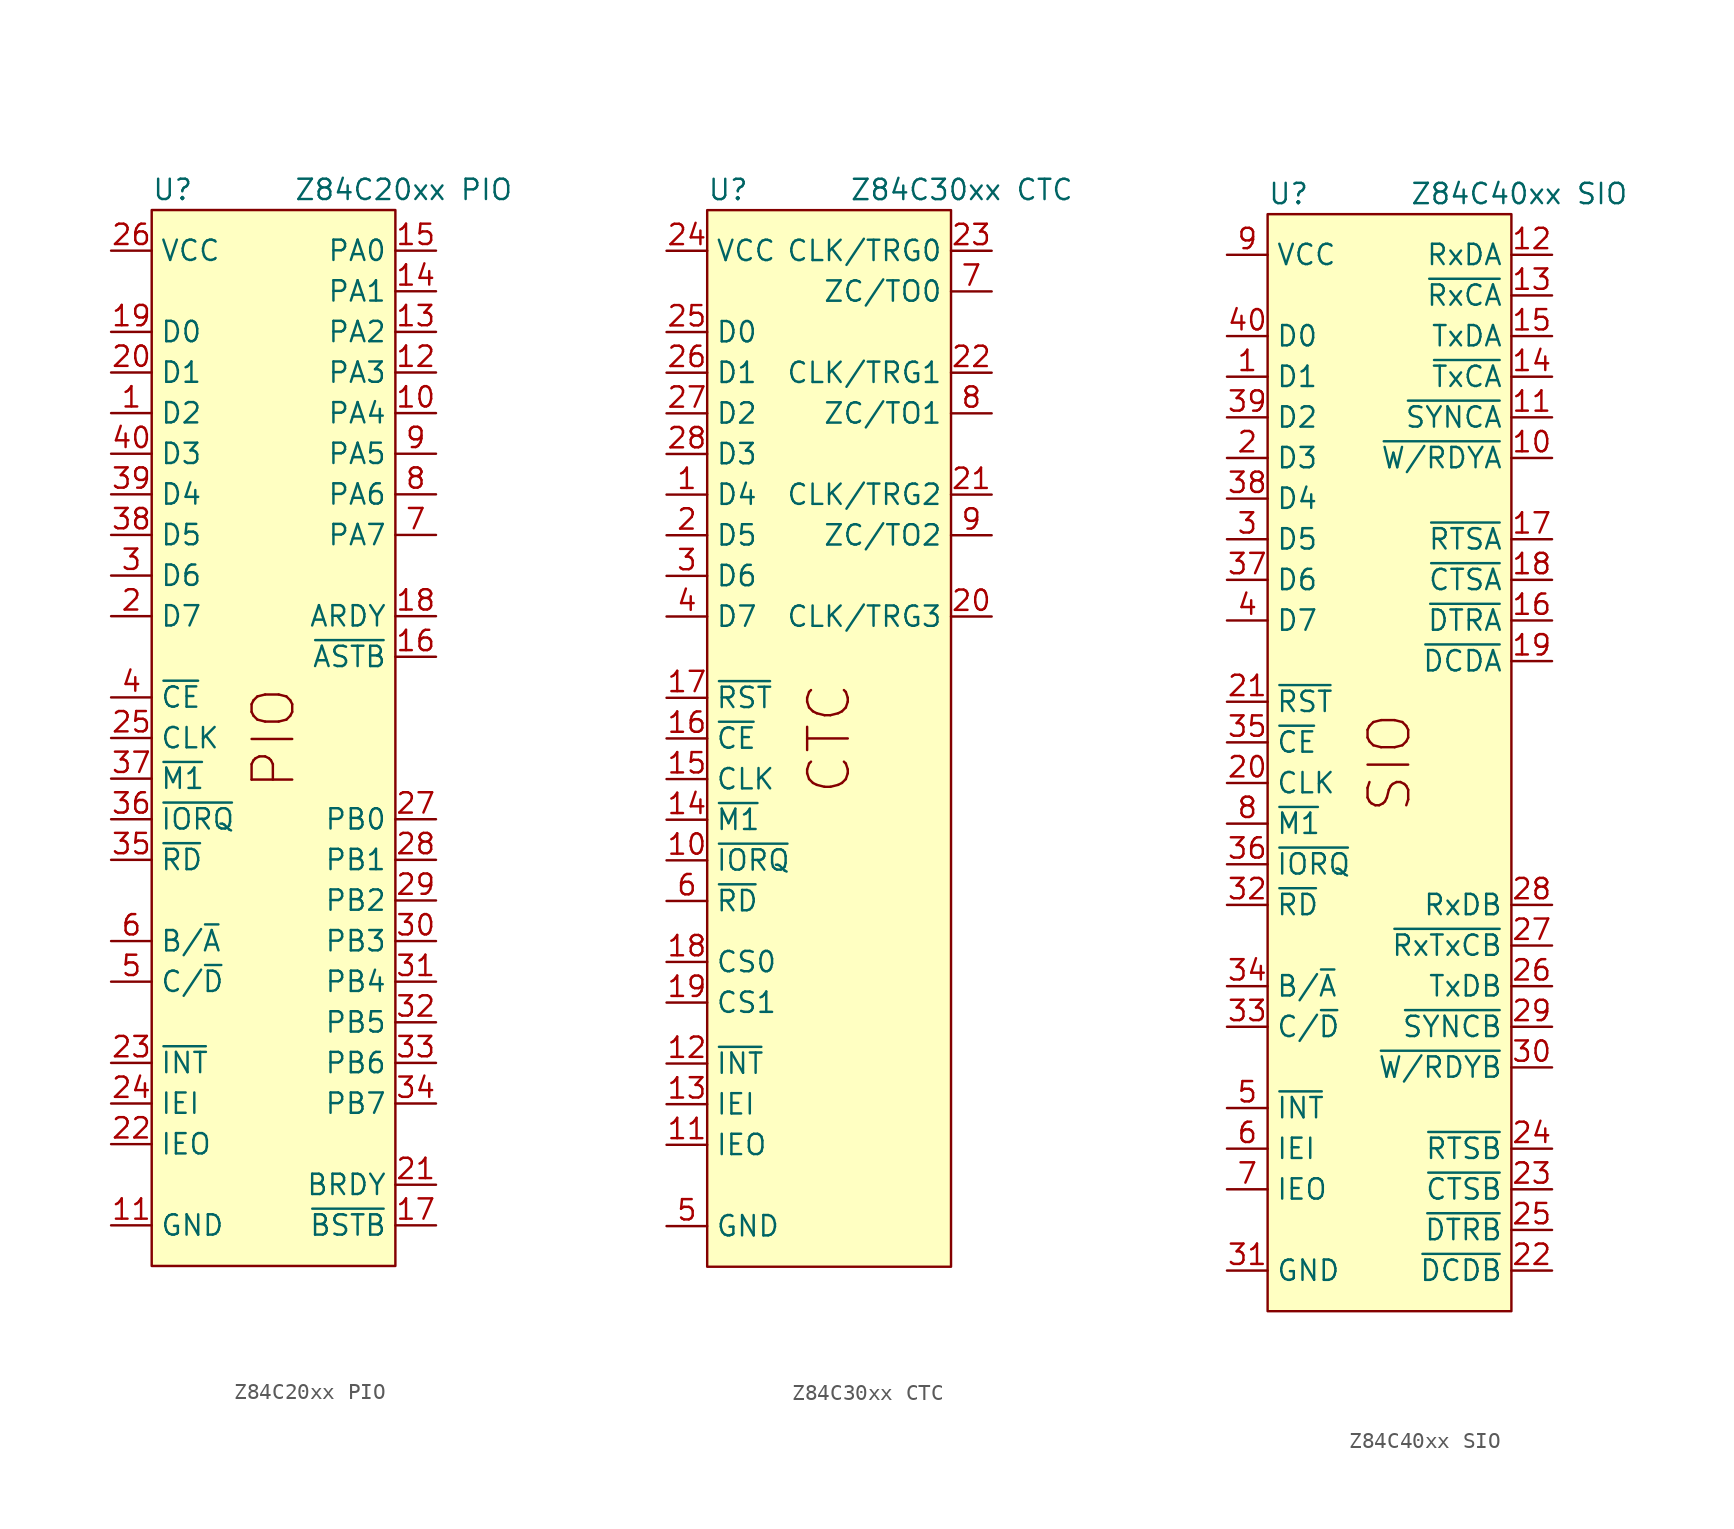
<source format=kicad_sym>
(kicad_symbol_lib
  (version 20220914)
  (generator kicad_symbol_editor)
  (symbol "Z84C20xx PIO"
    (property "Reference" "U"
      (at -7.62 1.27 0)
      (effects (font (size 1.27 1.27)) (justify left)))
    (property "Value" "Z84C20xx PIO"
      (at 1.27 1.27 0)
      (effects (font (size 1.27 1.27)) (justify left)))
    (symbol "Z84C20xx PIO_0_0"
      (text "PIO" (at 0 -33.02 900) (effects (font (size 2.54 2.54)))))
    (symbol "Z84C20xx PIO_0_1"
      (rectangle (start -7.62 0) (end 7.62 -66.04) (stroke (width 0.152) (type default)) (fill (type background))))
    (symbol "Z84C20xx PIO_1_1"
      (pin bidirectional line (at -10.16 -12.7 0) (length 2.54) (name "D2" (effects (font (size 1.27 1.27)))) (number "1" (effects (font (size 1.27 1.27)))))
      (pin bidirectional line (at 10.16 -12.7 180) (length 2.54) (name "PA4" (effects (font (size 1.27 1.27)))) (number "10" (effects (font (size 1.27 1.27)))))
      (pin power_in line (at -10.16 -63.5 0) (length 2.54) (name "GND" (effects (font (size 1.27 1.27)))) (number "11" (effects (font (size 1.27 1.27)))))
      (pin bidirectional line (at 10.16 -10.16 180) (length 2.54) (name "PA3" (effects (font (size 1.27 1.27)))) (number "12" (effects (font (size 1.27 1.27)))))
      (pin bidirectional line (at 10.16 -7.62 180) (length 2.54) (name "PA2" (effects (font (size 1.27 1.27)))) (number "13" (effects (font (size 1.27 1.27)))))
      (pin bidirectional line (at 10.16 -5.08 180) (length 2.54) (name "PA1" (effects (font (size 1.27 1.27)))) (number "14" (effects (font (size 1.27 1.27)))))
      (pin bidirectional line (at 10.16 -2.54 180) (length 2.54) (name "PA0" (effects (font (size 1.27 1.27)))) (number "15" (effects (font (size 1.27 1.27)))))
      (pin input line (at 10.16 -27.94 180) (length 2.54) (name "~{ASTB}" (effects (font (size 1.27 1.27)))) (number "16" (effects (font (size 1.27 1.27)))))
      (pin input line (at 10.16 -63.5 180) (length 2.54) (name "~{BSTB}" (effects (font (size 1.27 1.27)))) (number "17" (effects (font (size 1.27 1.27)))))
      (pin output line (at 10.16 -25.4 180) (length 2.54) (name "ARDY" (effects (font (size 1.27 1.27)))) (number "18" (effects (font (size 1.27 1.27)))))
      (pin bidirectional line (at -10.16 -7.62 0) (length 2.54) (name "D0" (effects (font (size 1.27 1.27)))) (number "19" (effects (font (size 1.27 1.27)))))
      (pin bidirectional line (at -10.16 -25.4 0) (length 2.54) (name "D7" (effects (font (size 1.27 1.27)))) (number "2" (effects (font (size 1.27 1.27)))))
      (pin bidirectional line (at -10.16 -10.16 0) (length 2.54) (name "D1" (effects (font (size 1.27 1.27)))) (number "20" (effects (font (size 1.27 1.27)))))
      (pin output line (at 10.16 -60.96 180) (length 2.54) (name "BRDY" (effects (font (size 1.27 1.27)))) (number "21" (effects (font (size 1.27 1.27)))))
      (pin output line (at -10.16 -58.42 0) (length 2.54) (name "IEO" (effects (font (size 1.27 1.27)))) (number "22" (effects (font (size 1.27 1.27)))))
      (pin open_collector line (at -10.16 -53.34 0) (length 2.54) (name "~{INT}" (effects (font (size 1.27 1.27)))) (number "23" (effects (font (size 1.27 1.27)))))
      (pin input line (at -10.16 -55.88 0) (length 2.54) (name "IEI" (effects (font (size 1.27 1.27)))) (number "24" (effects (font (size 1.27 1.27)))))
      (pin input line (at -10.16 -33.02 0) (length 2.54) (name "CLK" (effects (font (size 1.27 1.27)))) (number "25" (effects (font (size 1.27 1.27)))))
      (pin power_in line (at -10.16 -2.54 0) (length 2.54) (name "VCC" (effects (font (size 1.27 1.27)))) (number "26" (effects (font (size 1.27 1.27)))))
      (pin bidirectional line (at 10.16 -38.1 180) (length 2.54) (name "PB0" (effects (font (size 1.27 1.27)))) (number "27" (effects (font (size 1.27 1.27)))))
      (pin bidirectional line (at 10.16 -40.64 180) (length 2.54) (name "PB1" (effects (font (size 1.27 1.27)))) (number "28" (effects (font (size 1.27 1.27)))))
      (pin bidirectional line (at 10.16 -43.18 180) (length 2.54) (name "PB2" (effects (font (size 1.27 1.27)))) (number "29" (effects (font (size 1.27 1.27)))))
      (pin bidirectional line (at -10.16 -22.86 0) (length 2.54) (name "D6" (effects (font (size 1.27 1.27)))) (number "3" (effects (font (size 1.27 1.27)))))
      (pin bidirectional line (at 10.16 -45.72 180) (length 2.54) (name "PB3" (effects (font (size 1.27 1.27)))) (number "30" (effects (font (size 1.27 1.27)))))
      (pin bidirectional line (at 10.16 -48.26 180) (length 2.54) (name "PB4" (effects (font (size 1.27 1.27)))) (number "31" (effects (font (size 1.27 1.27)))))
      (pin bidirectional line (at 10.16 -50.8 180) (length 2.54) (name "PB5" (effects (font (size 1.27 1.27)))) (number "32" (effects (font (size 1.27 1.27)))))
      (pin bidirectional line (at 10.16 -53.34 180) (length 2.54) (name "PB6" (effects (font (size 1.27 1.27)))) (number "33" (effects (font (size 1.27 1.27)))))
      (pin bidirectional line (at 10.16 -55.88 180) (length 2.54) (name "PB7" (effects (font (size 1.27 1.27)))) (number "34" (effects (font (size 1.27 1.27)))))
      (pin input line (at -10.16 -40.64 0) (length 2.54) (name "~{RD}" (effects (font (size 1.27 1.27)))) (number "35" (effects (font (size 1.27 1.27)))))
      (pin input line (at -10.16 -38.1 0) (length 2.54) (name "~{IORQ}" (effects (font (size 1.27 1.27)))) (number "36" (effects (font (size 1.27 1.27)))))
      (pin input line (at -10.16 -35.56 0) (length 2.54) (name "~{M1}" (effects (font (size 1.27 1.27)))) (number "37" (effects (font (size 1.27 1.27)))))
      (pin bidirectional line (at -10.16 -20.32 0) (length 2.54) (name "D5" (effects (font (size 1.27 1.27)))) (number "38" (effects (font (size 1.27 1.27)))))
      (pin bidirectional line (at -10.16 -17.78 0) (length 2.54) (name "D4" (effects (font (size 1.27 1.27)))) (number "39" (effects (font (size 1.27 1.27)))))
      (pin input line (at -10.16 -30.48 0) (length 2.54) (name "~{CE}" (effects (font (size 1.27 1.27)))) (number "4" (effects (font (size 1.27 1.27)))))
      (pin bidirectional line (at -10.16 -15.24 0) (length 2.54) (name "D3" (effects (font (size 1.27 1.27)))) (number "40" (effects (font (size 1.27 1.27)))))
      (pin input line (at -10.16 -48.26 0) (length 2.54) (name "C/~{D}" (effects (font (size 1.27 1.27)))) (number "5" (effects (font (size 1.27 1.27)))))
      (pin input line (at -10.16 -45.72 0) (length 2.54) (name "B/~{A}" (effects (font (size 1.27 1.27)))) (number "6" (effects (font (size 1.27 1.27)))))
      (pin bidirectional line (at 10.16 -20.32 180) (length 2.54) (name "PA7" (effects (font (size 1.27 1.27)))) (number "7" (effects (font (size 1.27 1.27)))))
      (pin bidirectional line (at 10.16 -17.78 180) (length 2.54) (name "PA6" (effects (font (size 1.27 1.27)))) (number "8" (effects (font (size 1.27 1.27)))))
      (pin bidirectional line (at 10.16 -15.24 180) (length 2.54) (name "PA5" (effects (font (size 1.27 1.27)))) (number "9" (effects (font (size 1.27 1.27)))))))
  (symbol "Z84C30xx CTC"
    (property "Reference" "U"
      (at -7.62 1.27 0)
      (effects (font (size 1.27 1.27)) (justify left)))
    (property "Value" "Z84C30xx CTC"
      (at 1.27 1.27 0)
      (effects (font (size 1.27 1.27)) (justify left)))
    (symbol "Z84C30xx CTC_0_0"
      (text "CTC" (at 0 -33.02 900) (effects (font (size 2.54 2.54)))))
    (symbol "Z84C30xx CTC_0_1"
      (rectangle (start -7.62 0) (end 7.62 -66.04) (stroke (width 0.152) (type default)) (fill (type background))))
    (symbol "Z84C30xx CTC_1_1"
      (pin bidirectional line (at -10.16 -17.78 0) (length 2.54) (name "D4" (effects (font (size 1.27 1.27)))) (number "1" (effects (font (size 1.27 1.27)))))
      (pin input line (at -10.16 -40.64 0) (length 2.54) (name "~{IORQ}" (effects (font (size 1.27 1.27)))) (number "10" (effects (font (size 1.27 1.27)))))
      (pin output line (at -10.16 -58.42 0) (length 2.54) (name "IEO" (effects (font (size 1.27 1.27)))) (number "11" (effects (font (size 1.27 1.27)))))
      (pin open_collector line (at -10.16 -53.34 0) (length 2.54) (name "~{INT}" (effects (font (size 1.27 1.27)))) (number "12" (effects (font (size 1.27 1.27)))))
      (pin input line (at -10.16 -55.88 0) (length 2.54) (name "IEI" (effects (font (size 1.27 1.27)))) (number "13" (effects (font (size 1.27 1.27)))))
      (pin input line (at -10.16 -38.1 0) (length 2.54) (name "~{M1}" (effects (font (size 1.27 1.27)))) (number "14" (effects (font (size 1.27 1.27)))))
      (pin input line (at -10.16 -35.56 0) (length 2.54) (name "CLK" (effects (font (size 1.27 1.27)))) (number "15" (effects (font (size 1.27 1.27)))))
      (pin input line (at -10.16 -33.02 0) (length 2.54) (name "~{CE}" (effects (font (size 1.27 1.27)))) (number "16" (effects (font (size 1.27 1.27)))))
      (pin input line (at -10.16 -30.48 0) (length 2.54) (name "~{RST}" (effects (font (size 1.27 1.27)))) (number "17" (effects (font (size 1.27 1.27)))))
      (pin input line (at -10.16 -46.99 0) (length 2.54) (name "CS0" (effects (font (size 1.27 1.27)))) (number "18" (effects (font (size 1.27 1.27)))))
      (pin input line (at -10.16 -49.53 0) (length 2.54) (name "CS1" (effects (font (size 1.27 1.27)))) (number "19" (effects (font (size 1.27 1.27)))))
      (pin bidirectional line (at -10.16 -20.32 0) (length 2.54) (name "D5" (effects (font (size 1.27 1.27)))) (number "2" (effects (font (size 1.27 1.27)))))
      (pin input line (at 10.16 -25.4 180) (length 2.54) (name "CLK/TRG3" (effects (font (size 1.27 1.27)))) (number "20" (effects (font (size 1.27 1.27)))))
      (pin input line (at 10.16 -17.78 180) (length 2.54) (name "CLK/TRG2" (effects (font (size 1.27 1.27)))) (number "21" (effects (font (size 1.27 1.27)))))
      (pin input line (at 10.16 -10.16 180) (length 2.54) (name "CLK/TRG1" (effects (font (size 1.27 1.27)))) (number "22" (effects (font (size 1.27 1.27)))))
      (pin input line (at 10.16 -2.54 180) (length 2.54) (name "CLK/TRG0" (effects (font (size 1.27 1.27)))) (number "23" (effects (font (size 1.27 1.27)))))
      (pin power_in line (at -10.16 -2.54 0) (length 2.54) (name "VCC" (effects (font (size 1.27 1.27)))) (number "24" (effects (font (size 1.27 1.27)))))
      (pin bidirectional line (at -10.16 -7.62 0) (length 2.54) (name "D0" (effects (font (size 1.27 1.27)))) (number "25" (effects (font (size 1.27 1.27)))))
      (pin bidirectional line (at -10.16 -10.16 0) (length 2.54) (name "D1" (effects (font (size 1.27 1.27)))) (number "26" (effects (font (size 1.27 1.27)))))
      (pin bidirectional line (at -10.16 -12.7 0) (length 2.54) (name "D2" (effects (font (size 1.27 1.27)))) (number "27" (effects (font (size 1.27 1.27)))))
      (pin bidirectional line (at -10.16 -15.24 0) (length 2.54) (name "D3" (effects (font (size 1.27 1.27)))) (number "28" (effects (font (size 1.27 1.27)))))
      (pin bidirectional line (at -10.16 -22.86 0) (length 2.54) (name "D6" (effects (font (size 1.27 1.27)))) (number "3" (effects (font (size 1.27 1.27)))))
      (pin bidirectional line (at -10.16 -25.4 0) (length 2.54) (name "D7" (effects (font (size 1.27 1.27)))) (number "4" (effects (font (size 1.27 1.27)))))
      (pin power_in line (at -10.16 -63.5 0) (length 2.54) (name "GND" (effects (font (size 1.27 1.27)))) (number "5" (effects (font (size 1.27 1.27)))))
      (pin input line (at -10.16 -43.18 0) (length 2.54) (name "~{RD}" (effects (font (size 1.27 1.27)))) (number "6" (effects (font (size 1.27 1.27)))))
      (pin output line (at 10.16 -5.08 180) (length 2.54) (name "ZC/TO0" (effects (font (size 1.27 1.27)))) (number "7" (effects (font (size 1.27 1.27)))))
      (pin output line (at 10.16 -12.7 180) (length 2.54) (name "ZC/TO1" (effects (font (size 1.27 1.27)))) (number "8" (effects (font (size 1.27 1.27)))))
      (pin output line (at 10.16 -20.32 180) (length 2.54) (name "ZC/TO2" (effects (font (size 1.27 1.27)))) (number "9" (effects (font (size 1.27 1.27)))))))
  (symbol "Z84C40xx SIO"
    (property "Reference" "U"
      (at -7.62 1.27 0)
      (effects (font (size 1.27 1.27)) (justify left)))
    (property "Value" "Z84C40xx SIO"
      (at 1.27 1.27 0)
      (effects (font (size 1.27 1.27)) (justify left)))
    (symbol "Z84C40xx SIO_0_0"
      (text "SIO" (at 0 -34.29 900) (effects (font (size 2.54 2.54)))))
    (symbol "Z84C40xx SIO_0_1"
      (rectangle (start -7.62 0) (end 7.62 -68.58) (stroke (width 0.152) (type default)) (fill (type background))))
    (symbol "Z84C40xx SIO_1_1"
      (pin bidirectional line (at -10.16 -10.16 0) (length 2.54) (name "D1" (effects (font (size 1.27 1.27)))) (number "1" (effects (font (size 1.27 1.27)))))
      (pin output line (at 10.16 -15.24 180) (length 2.54) (name "~{W/RDYA}" (effects (font (size 1.27 1.27)))) (number "10" (effects (font (size 1.27 1.27)))))
      (pin bidirectional line (at 10.16 -12.7 180) (length 2.54) (name "~{SYNCA}" (effects (font (size 1.27 1.27)))) (number "11" (effects (font (size 1.27 1.27)))))
      (pin input line (at 10.16 -2.54 180) (length 2.54) (name "RxDA" (effects (font (size 1.27 1.27)))) (number "12" (effects (font (size 1.27 1.27)))))
      (pin input line (at 10.16 -5.08 180) (length 2.54) (name "~{RxCA}" (effects (font (size 1.27 1.27)))) (number "13" (effects (font (size 1.27 1.27)))))
      (pin input line (at 10.16 -10.16 180) (length 2.54) (name "~{TxCA}" (effects (font (size 1.27 1.27)))) (number "14" (effects (font (size 1.27 1.27)))))
      (pin output line (at 10.16 -7.62 180) (length 2.54) (name "TxDA" (effects (font (size 1.27 1.27)))) (number "15" (effects (font (size 1.27 1.27)))))
      (pin output line (at 10.16 -25.4 180) (length 2.54) (name "~{DTRA}" (effects (font (size 1.27 1.27)))) (number "16" (effects (font (size 1.27 1.27)))))
      (pin output line (at 10.16 -20.32 180) (length 2.54) (name "~{RTSA}" (effects (font (size 1.27 1.27)))) (number "17" (effects (font (size 1.27 1.27)))))
      (pin input line (at 10.16 -22.86 180) (length 2.54) (name "~{CTSA}" (effects (font (size 1.27 1.27)))) (number "18" (effects (font (size 1.27 1.27)))))
      (pin input line (at 10.16 -27.94 180) (length 2.54) (name "~{DCDA}" (effects (font (size 1.27 1.27)))) (number "19" (effects (font (size 1.27 1.27)))))
      (pin bidirectional line (at -10.16 -15.24 0) (length 2.54) (name "D3" (effects (font (size 1.27 1.27)))) (number "2" (effects (font (size 1.27 1.27)))))
      (pin input line (at -10.16 -35.56 0) (length 2.54) (name "CLK" (effects (font (size 1.27 1.27)))) (number "20" (effects (font (size 1.27 1.27)))))
      (pin input line (at -10.16 -30.48 0) (length 2.54) (name "~{RST}" (effects (font (size 1.27 1.27)))) (number "21" (effects (font (size 1.27 1.27)))))
      (pin input line (at 10.16 -66.04 180) (length 2.54) (name "~{DCDB}" (effects (font (size 1.27 1.27)))) (number "22" (effects (font (size 1.27 1.27)))))
      (pin input line (at 10.16 -60.96 180) (length 2.54) (name "~{CTSB}" (effects (font (size 1.27 1.27)))) (number "23" (effects (font (size 1.27 1.27)))))
      (pin output line (at 10.16 -58.42 180) (length 2.54) (name "~{RTSB}" (effects (font (size 1.27 1.27)))) (number "24" (effects (font (size 1.27 1.27)))))
      (pin output line (at 10.16 -63.5 180) (length 2.54) (name "~{DTRB}" (effects (font (size 1.27 1.27)))) (number "25" (effects (font (size 1.27 1.27)))))
      (pin output line (at 10.16 -48.26 180) (length 2.54) (name "TxDB" (effects (font (size 1.27 1.27)))) (number "26" (effects (font (size 1.27 1.27)))))
      (pin input line (at 10.16 -45.72 180) (length 2.54) (name "~{RxTxCB}" (effects (font (size 1.27 1.27)))) (number "27" (effects (font (size 1.27 1.27)))))
      (pin input line (at 10.16 -43.18 180) (length 2.54) (name "RxDB" (effects (font (size 1.27 1.27)))) (number "28" (effects (font (size 1.27 1.27)))))
      (pin bidirectional line (at 10.16 -50.8 180) (length 2.54) (name "~{SYNCB}" (effects (font (size 1.27 1.27)))) (number "29" (effects (font (size 1.27 1.27)))))
      (pin bidirectional line (at -10.16 -20.32 0) (length 2.54) (name "D5" (effects (font (size 1.27 1.27)))) (number "3" (effects (font (size 1.27 1.27)))))
      (pin output line (at 10.16 -53.34 180) (length 2.54) (name "~{W/RDYB}" (effects (font (size 1.27 1.27)))) (number "30" (effects (font (size 1.27 1.27)))))
      (pin power_in line (at -10.16 -66.04 0) (length 2.54) (name "GND" (effects (font (size 1.27 1.27)))) (number "31" (effects (font (size 1.27 1.27)))))
      (pin input line (at -10.16 -43.18 0) (length 2.54) (name "~{RD}" (effects (font (size 1.27 1.27)))) (number "32" (effects (font (size 1.27 1.27)))))
      (pin input line (at -10.16 -50.8 0) (length 2.54) (name "C/~{D}" (effects (font (size 1.27 1.27)))) (number "33" (effects (font (size 1.27 1.27)))))
      (pin input line (at -10.16 -48.26 0) (length 2.54) (name "B/~{A}" (effects (font (size 1.27 1.27)))) (number "34" (effects (font (size 1.27 1.27)))))
      (pin input line (at -10.16 -33.02 0) (length 2.54) (name "~{CE}" (effects (font (size 1.27 1.27)))) (number "35" (effects (font (size 1.27 1.27)))))
      (pin input line (at -10.16 -40.64 0) (length 2.54) (name "~{IORQ}" (effects (font (size 1.27 1.27)))) (number "36" (effects (font (size 1.27 1.27)))))
      (pin bidirectional line (at -10.16 -22.86 0) (length 2.54) (name "D6" (effects (font (size 1.27 1.27)))) (number "37" (effects (font (size 1.27 1.27)))))
      (pin bidirectional line (at -10.16 -17.78 0) (length 2.54) (name "D4" (effects (font (size 1.27 1.27)))) (number "38" (effects (font (size 1.27 1.27)))))
      (pin bidirectional line (at -10.16 -12.7 0) (length 2.54) (name "D2" (effects (font (size 1.27 1.27)))) (number "39" (effects (font (size 1.27 1.27)))))
      (pin bidirectional line (at -10.16 -25.4 0) (length 2.54) (name "D7" (effects (font (size 1.27 1.27)))) (number "4" (effects (font (size 1.27 1.27)))))
      (pin bidirectional line (at -10.16 -7.62 0) (length 2.54) (name "D0" (effects (font (size 1.27 1.27)))) (number "40" (effects (font (size 1.27 1.27)))))
      (pin open_collector line (at -10.16 -55.88 0) (length 2.54) (name "~{INT}" (effects (font (size 1.27 1.27)))) (number "5" (effects (font (size 1.27 1.27)))))
      (pin input line (at -10.16 -58.42 0) (length 2.54) (name "IEI" (effects (font (size 1.27 1.27)))) (number "6" (effects (font (size 1.27 1.27)))))
      (pin output line (at -10.16 -60.96 0) (length 2.54) (name "IEO" (effects (font (size 1.27 1.27)))) (number "7" (effects (font (size 1.27 1.27)))))
      (pin input line (at -10.16 -38.1 0) (length 2.54) (name "~{M1}" (effects (font (size 1.27 1.27)))) (number "8" (effects (font (size 1.27 1.27)))))
      (pin power_in line (at -10.16 -2.54 0) (length 2.54) (name "VCC" (effects (font (size 1.27 1.27)))) (number "9" (effects (font (size 1.27 1.27))))))))
</source>
